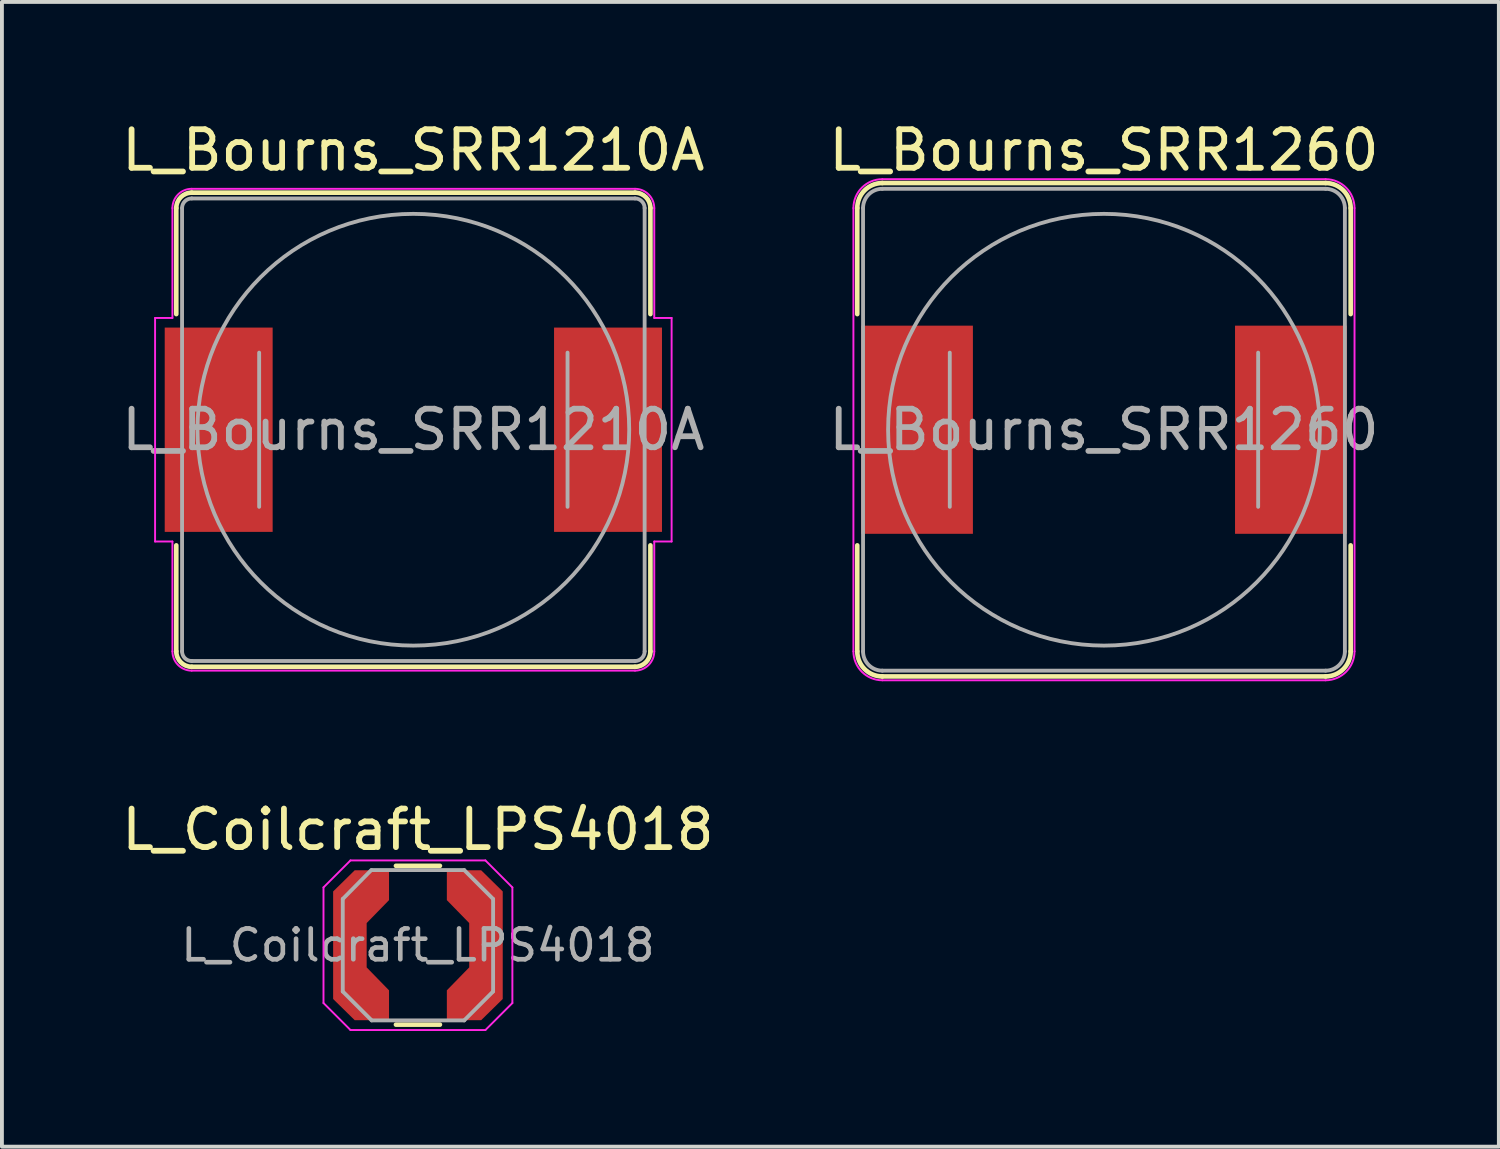
<source format=kicad_pcb>
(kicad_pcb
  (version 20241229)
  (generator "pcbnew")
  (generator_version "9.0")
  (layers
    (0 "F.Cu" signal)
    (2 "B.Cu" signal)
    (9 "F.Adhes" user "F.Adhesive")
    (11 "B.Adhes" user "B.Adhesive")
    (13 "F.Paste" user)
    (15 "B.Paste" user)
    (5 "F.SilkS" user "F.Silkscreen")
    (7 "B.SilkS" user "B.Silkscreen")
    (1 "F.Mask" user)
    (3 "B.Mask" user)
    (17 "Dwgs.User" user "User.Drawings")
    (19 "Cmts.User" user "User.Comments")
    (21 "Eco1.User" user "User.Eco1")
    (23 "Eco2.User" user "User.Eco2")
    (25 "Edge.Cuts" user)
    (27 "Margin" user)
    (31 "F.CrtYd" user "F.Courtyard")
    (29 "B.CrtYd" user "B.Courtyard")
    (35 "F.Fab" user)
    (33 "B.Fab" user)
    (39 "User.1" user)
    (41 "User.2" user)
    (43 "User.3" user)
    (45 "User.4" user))
  (footprint "L_Coilcraft_LPS4018"
    (layer "F.Cu")
    (at 7.792 21.471)
    (property "Reference" "L_Coilcraft_LPS4018" (at 0 -3 0) (layer "F.SilkS") (effects (font (size 1 1) (thickness 0.15))))
    (attr smd)
    (fp_line (start -0.57 -2.06) (end 0.57 -2.06) (stroke (width 0.12) (type solid)) (layer "F.SilkS"))
    (fp_line (start -0.57 2.06) (end 0.57 2.06) (stroke (width 0.12) (type solid)) (layer "F.SilkS"))
    (fp_line (start -2.45 -1.5) (end -2.45 1.5) (stroke (width 0.05) (type solid)) (layer "F.CrtYd"))
    (fp_line (start -1.75 -2.2) (end -2.45 -1.5) (stroke (width 0.05) (type solid)) (layer "F.CrtYd"))
    (fp_line (start -1.75 -2.2) (end 1.75 -2.2) (stroke (width 0.05) (type solid)) (layer "F.CrtYd"))
    (fp_line (start -1.75 2.2) (end -2.45 1.5) (stroke (width 0.05) (type solid)) (layer "F.CrtYd"))
    (fp_line (start -1.75 2.2) (end 1.75 2.2) (stroke (width 0.05) (type solid)) (layer "F.CrtYd"))
    (fp_line (start 1.75 -2.2) (end 2.45 -1.5) (stroke (width 0.05) (type solid)) (layer "F.CrtYd"))
    (fp_line (start 1.75 2.2) (end 2.45 1.5) (stroke (width 0.05) (type solid)) (layer "F.CrtYd"))
    (fp_line (start 2.45 -1.5) (end 2.45 1.5) (stroke (width 0.05) (type solid)) (layer "F.CrtYd"))
    (fp_line (start -1.95 -1.2) (end -1.21 -1.95) (stroke (width 0.1) (type solid)) (layer "F.Fab"))
    (fp_line (start -1.95 1.2) (end -1.95 -1.2) (stroke (width 0.1) (type solid)) (layer "F.Fab"))
    (fp_line (start -1.95 1.2) (end -1.2 1.95) (stroke (width 0.1) (type solid)) (layer "F.Fab"))
    (fp_line (start -1.2 -1.95) (end 1.2 -1.95) (stroke (width 0.1) (type solid)) (layer "F.Fab"))
    (fp_line (start 1.2 -1.95) (end 1.95 -1.2) (stroke (width 0.1) (type solid)) (layer "F.Fab"))
    (fp_line (start 1.2 1.95) (end -1.2 1.95) (stroke (width 0.1) (type solid)) (layer "F.Fab"))
    (fp_line (start 1.2 1.95) (end 1.95 1.2) (stroke (width 0.1) (type solid)) (layer "F.Fab"))
    (fp_line (start 1.95 -1.2) (end 1.95 1.2) (stroke (width 0.1) (type solid)) (layer "F.Fab"))
    (fp_text user "${REFERENCE}" (at 0 0 0) (layer "F.Fab") (effects (font (size 0.8 0.8) (thickness 0.12))))
    (pad "1" smd custom (at -1.765 0) (size 0.87 2.79) (layers "F.Cu" "F.Mask" "F.Paste") (options (anchor rect)) (primitives (gr_poly (pts (xy 1.015 -1.17) (xy 0.435 -0.575) (xy 0.435 0.575) (xy 1.015 1.17) (xy 1.015 1.945) (xy 0.125 1.945) (xy -0.435 1.395) (xy -0.435 -1.395) (xy 0.125 -1.945) (xy 1.015 -1.945)) (width 0) (fill yes))))
    (pad "2" smd custom (at 1.765 0) (size 0.87 2.79) (layers "F.Cu" "F.Mask" "F.Paste") (options (anchor rect)) (primitives (gr_poly (pts (xy 0.435 -1.395) (xy 0.435 1.395) (xy -0.125 1.945) (xy -1.015 1.945) (xy -1.015 1.17) (xy -0.435 0.575) (xy -0.435 -0.575) (xy -1.015 -1.17) (xy -1.015 -1.945) (xy -0.125 -1.945)) (width 0) (fill yes)))))
  (footprint "L_Bourns_SRR1260"
    (layer "F.Cu")
    (at 25.589 8.098)
    (property "Reference" "L_Bourns_SRR1260" (at 0 -7.25 0) (layer "F.SilkS") (effects (font (size 1 1) (thickness 0.15))))
    (attr smd)
    (fp_line (start -6.4 -5.75) (end -6.4 -3) (stroke (width 0.12) (type solid)) (layer "F.SilkS"))
    (fp_line (start -6.4 3) (end -6.4 5.75) (stroke (width 0.12) (type solid)) (layer "F.SilkS"))
    (fp_line (start -5.75 -6.4) (end 5.75 -6.4) (stroke (width 0.12) (type solid)) (layer "F.SilkS"))
    (fp_line (start 5.75 6.4) (end -5.75 6.4) (stroke (width 0.12) (type solid)) (layer "F.SilkS"))
    (fp_line (start 6.4 -5.75) (end 6.4 -3) (stroke (width 0.12) (type solid)) (layer "F.SilkS"))
    (fp_line (start 6.4 3) (end 6.4 5.75) (stroke (width 0.12) (type solid)) (layer "F.SilkS"))
    (fp_arc (start -6.4 -5.75) (mid -6.209619 -6.209619) (end -5.75 -6.4) (stroke (width 0.12) (type solid)) (layer "F.SilkS"))
    (fp_arc (start -5.75 6.4) (mid -6.209619 6.209619) (end -6.4 5.75) (stroke (width 0.12) (type solid)) (layer "F.SilkS"))
    (fp_arc (start 5.75 -6.4) (mid 6.209619 -6.209619) (end 6.4 -5.75) (stroke (width 0.12) (type solid)) (layer "F.SilkS"))
    (fp_arc (start 6.4 5.75) (mid 6.209619 6.209619) (end 5.75 6.4) (stroke (width 0.12) (type solid)) (layer "F.SilkS"))
    (fp_line (start -6.5 5.75) (end -6.5 -5.75) (stroke (width 0.05) (type solid)) (layer "F.CrtYd"))
    (fp_line (start -5.75 -6.5) (end 5.75 -6.5) (stroke (width 0.05) (type solid)) (layer "F.CrtYd"))
    (fp_line (start 5.75 6.5) (end -5.75 6.5) (stroke (width 0.05) (type solid)) (layer "F.CrtYd"))
    (fp_line (start 6.5 -5.75) (end 6.5 5.75) (stroke (width 0.05) (type solid)) (layer "F.CrtYd"))
    (fp_arc (start -6.5 -5.75) (mid -6.28033 -6.28033) (end -5.75 -6.5) (stroke (width 0.05) (type solid)) (layer "F.CrtYd"))
    (fp_arc (start -5.75 6.5) (mid -6.28033 6.28033) (end -6.5 5.75) (stroke (width 0.05) (type solid)) (layer "F.CrtYd"))
    (fp_arc (start 5.75 -6.5) (mid 6.28033 -6.28033) (end 6.5 -5.75) (stroke (width 0.05) (type solid)) (layer "F.CrtYd"))
    (fp_arc (start 6.5 5.75) (mid 6.28033 6.28033) (end 5.75 6.5) (stroke (width 0.05) (type solid)) (layer "F.CrtYd"))
    (fp_line (start -6.25 -5.75) (end -6.25 5.75) (stroke (width 0.1) (type solid)) (layer "F.Fab"))
    (fp_line (start -5.75 -6.25) (end 5.75 -6.25) (stroke (width 0.1) (type solid)) (layer "F.Fab"))
    (fp_line (start -4 2) (end -4 -2) (stroke (width 0.1) (type solid)) (layer "F.Fab"))
    (fp_line (start 4 -2) (end 4 2) (stroke (width 0.1) (type solid)) (layer "F.Fab"))
    (fp_line (start 5.75 6.25) (end -5.75 6.25) (stroke (width 0.1) (type solid)) (layer "F.Fab"))
    (fp_line (start 6.25 -5.75) (end 6.25 5.75) (stroke (width 0.1) (type solid)) (layer "F.Fab"))
    (fp_arc (start -6.25 -5.75) (mid -6.103553 -6.103553) (end -5.75 -6.25) (stroke (width 0.1) (type solid)) (layer "F.Fab"))
    (fp_arc (start -5.75 6.25) (mid -6.103553 6.103553) (end -6.25 5.75) (stroke (width 0.1) (type solid)) (layer "F.Fab"))
    (fp_arc (start 5.75 -6.25) (mid 6.103553 -6.103553) (end 6.25 -5.75) (stroke (width 0.1) (type solid)) (layer "F.Fab"))
    (fp_arc (start 6.25 5.75) (mid 6.103553 6.103553) (end 5.75 6.25) (stroke (width 0.1) (type solid)) (layer "F.Fab"))
    (fp_circle (center 0 0) (end 0 -5.6) (stroke (width 0.1) (type solid)) (fill no) (layer "F.Fab"))
    (fp_text user "${REFERENCE}" (at 0 0 0) (layer "F.Fab") (effects (font (size 1 1) (thickness 0.15))))
    (pad "1" smd rect (at -4.85 0) (size 2.9 5.4) (layers "F.Cu" "F.Mask" "F.Paste"))
    (pad "2" smd rect (at 4.85 0) (size 2.9 5.4) (layers "F.Cu" "F.Mask" "F.Paste")))
  (footprint "L_Bourns_SRR1210A"
    (layer "F.Cu")
    (at 7.673 8.098)
    (property "Reference" "L_Bourns_SRR1210A" (at 0 -7.25 0) (layer "F.SilkS") (effects (font (size 1 1) (thickness 0.15))))
    (attr smd)
    (fp_line (start -6.15 -5.75) (end -6.15 -3) (stroke (width 0.12) (type solid)) (layer "F.SilkS"))
    (fp_line (start -6.15 3) (end -6.15 5.75) (stroke (width 0.12) (type solid)) (layer "F.SilkS"))
    (fp_line (start -5.75 -6.15) (end 5.75 -6.15) (stroke (width 0.12) (type solid)) (layer "F.SilkS"))
    (fp_line (start 5.75 6.15) (end -5.75 6.15) (stroke (width 0.12) (type solid)) (layer "F.SilkS"))
    (fp_line (start 6.15 -5.75) (end 6.15 -3) (stroke (width 0.12) (type solid)) (layer "F.SilkS"))
    (fp_line (start 6.15 3) (end 6.15 5.75) (stroke (width 0.12) (type solid)) (layer "F.SilkS"))
    (fp_arc (start -6.15 -5.75) (mid -6.032843 -6.032843) (end -5.75 -6.15) (stroke (width 0.12) (type solid)) (layer "F.SilkS"))
    (fp_arc (start -5.75 6.15) (mid -6.032843 6.032843) (end -6.15 5.75) (stroke (width 0.12) (type solid)) (layer "F.SilkS"))
    (fp_arc (start 5.75 -6.15) (mid 6.032843 -6.032843) (end 6.15 -5.75) (stroke (width 0.12) (type solid)) (layer "F.SilkS"))
    (fp_arc (start 6.15 5.75) (mid 6.032843 6.032843) (end 5.75 6.15) (stroke (width 0.12) (type solid)) (layer "F.SilkS"))
    (fp_line (start -6.7 -2.9) (end -6.7 2.9) (stroke (width 0.05) (type solid)) (layer "F.CrtYd"))
    (fp_line (start -6.7 -2.9) (end -6.25 -2.9) (stroke (width 0.05) (type solid)) (layer "F.CrtYd"))
    (fp_line (start -6.25 -5.75) (end -6.25 -2.9) (stroke (width 0.05) (type solid)) (layer "F.CrtYd"))
    (fp_line (start -6.25 2.9) (end -6.7 2.9) (stroke (width 0.05) (type solid)) (layer "F.CrtYd"))
    (fp_line (start -6.25 5.75) (end -6.25 2.9) (stroke (width 0.05) (type solid)) (layer "F.CrtYd"))
    (fp_line (start -5.75 -6.25) (end 5.75 -6.25) (stroke (width 0.05) (type solid)) (layer "F.CrtYd"))
    (fp_line (start 5.75 6.25) (end -5.75 6.25) (stroke (width 0.05) (type solid)) (layer "F.CrtYd"))
    (fp_line (start 6.25 -5.75) (end 6.25 -2.9) (stroke (width 0.05) (type solid)) (layer "F.CrtYd"))
    (fp_line (start 6.25 2.9) (end 6.25 5.75) (stroke (width 0.05) (type solid)) (layer "F.CrtYd"))
    (fp_line (start 6.7 -2.9) (end 6.25 -2.9) (stroke (width 0.05) (type solid)) (layer "F.CrtYd"))
    (fp_line (start 6.7 -2.9) (end 6.7 2.9) (stroke (width 0.05) (type solid)) (layer "F.CrtYd"))
    (fp_line (start 6.7 2.9) (end 6.25 2.9) (stroke (width 0.05) (type solid)) (layer "F.CrtYd"))
    (fp_arc (start -6.25 -5.75) (mid -6.103553 -6.103553) (end -5.75 -6.25) (stroke (width 0.05) (type solid)) (layer "F.CrtYd"))
    (fp_arc (start -5.75 6.25) (mid -6.103553 6.103553) (end -6.25 5.75) (stroke (width 0.05) (type solid)) (layer "F.CrtYd"))
    (fp_arc (start 5.75 -6.25) (mid 6.103553 -6.103553) (end 6.25 -5.75) (stroke (width 0.05) (type solid)) (layer "F.CrtYd"))
    (fp_arc (start 6.25 5.75) (mid 6.103553 6.103553) (end 5.75 6.25) (stroke (width 0.05) (type solid)) (layer "F.CrtYd"))
    (fp_line (start -6 -5.75) (end -6 5.75) (stroke (width 0.1) (type solid)) (layer "F.Fab"))
    (fp_line (start -5.75 -6) (end 5.75 -6) (stroke (width 0.1) (type solid)) (layer "F.Fab"))
    (fp_line (start -4 2) (end -4 -2) (stroke (width 0.1) (type solid)) (layer "F.Fab"))
    (fp_line (start 4 -2) (end 4 2) (stroke (width 0.1) (type solid)) (layer "F.Fab"))
    (fp_line (start 5.75 6) (end -5.75 6) (stroke (width 0.1) (type solid)) (layer "F.Fab"))
    (fp_line (start 6 -5.75) (end 6 5.75) (stroke (width 0.1) (type solid)) (layer "F.Fab"))
    (fp_arc (start -6 -5.75) (mid -5.926777 -5.926777) (end -5.75 -6) (stroke (width 0.1) (type solid)) (layer "F.Fab"))
    (fp_arc (start -5.75 6) (mid -5.926777 5.926777) (end -6 5.75) (stroke (width 0.1) (type solid)) (layer "F.Fab"))
    (fp_arc (start 5.75 -6) (mid 5.926777 -5.926777) (end 6 -5.75) (stroke (width 0.1) (type solid)) (layer "F.Fab"))
    (fp_arc (start 6 5.75) (mid 5.926777 5.926777) (end 5.75 6) (stroke (width 0.1) (type solid)) (layer "F.Fab"))
    (fp_circle (center 0 0) (end 0 -5.6) (stroke (width 0.1) (type solid)) (fill no) (layer "F.Fab"))
    (fp_text user "${REFERENCE}" (at 0 0 0) (layer "F.Fab") (effects (font (size 1 1) (thickness 0.15))))
    (pad "1" smd rect (at -5.05 0) (size 2.8 5.3) (layers "F.Cu" "F.Mask" "F.Paste"))
    (pad "2" smd rect (at 5.05 0) (size 2.8 5.3) (layers "F.Cu" "F.Mask" "F.Paste")))
  (gr_rect
    (start -3 -3)
    (end 35.833 26.697)
    (stroke (width 0.1) (type default))
    (fill no)
    (layer "Edge.Cuts")))
</source>
